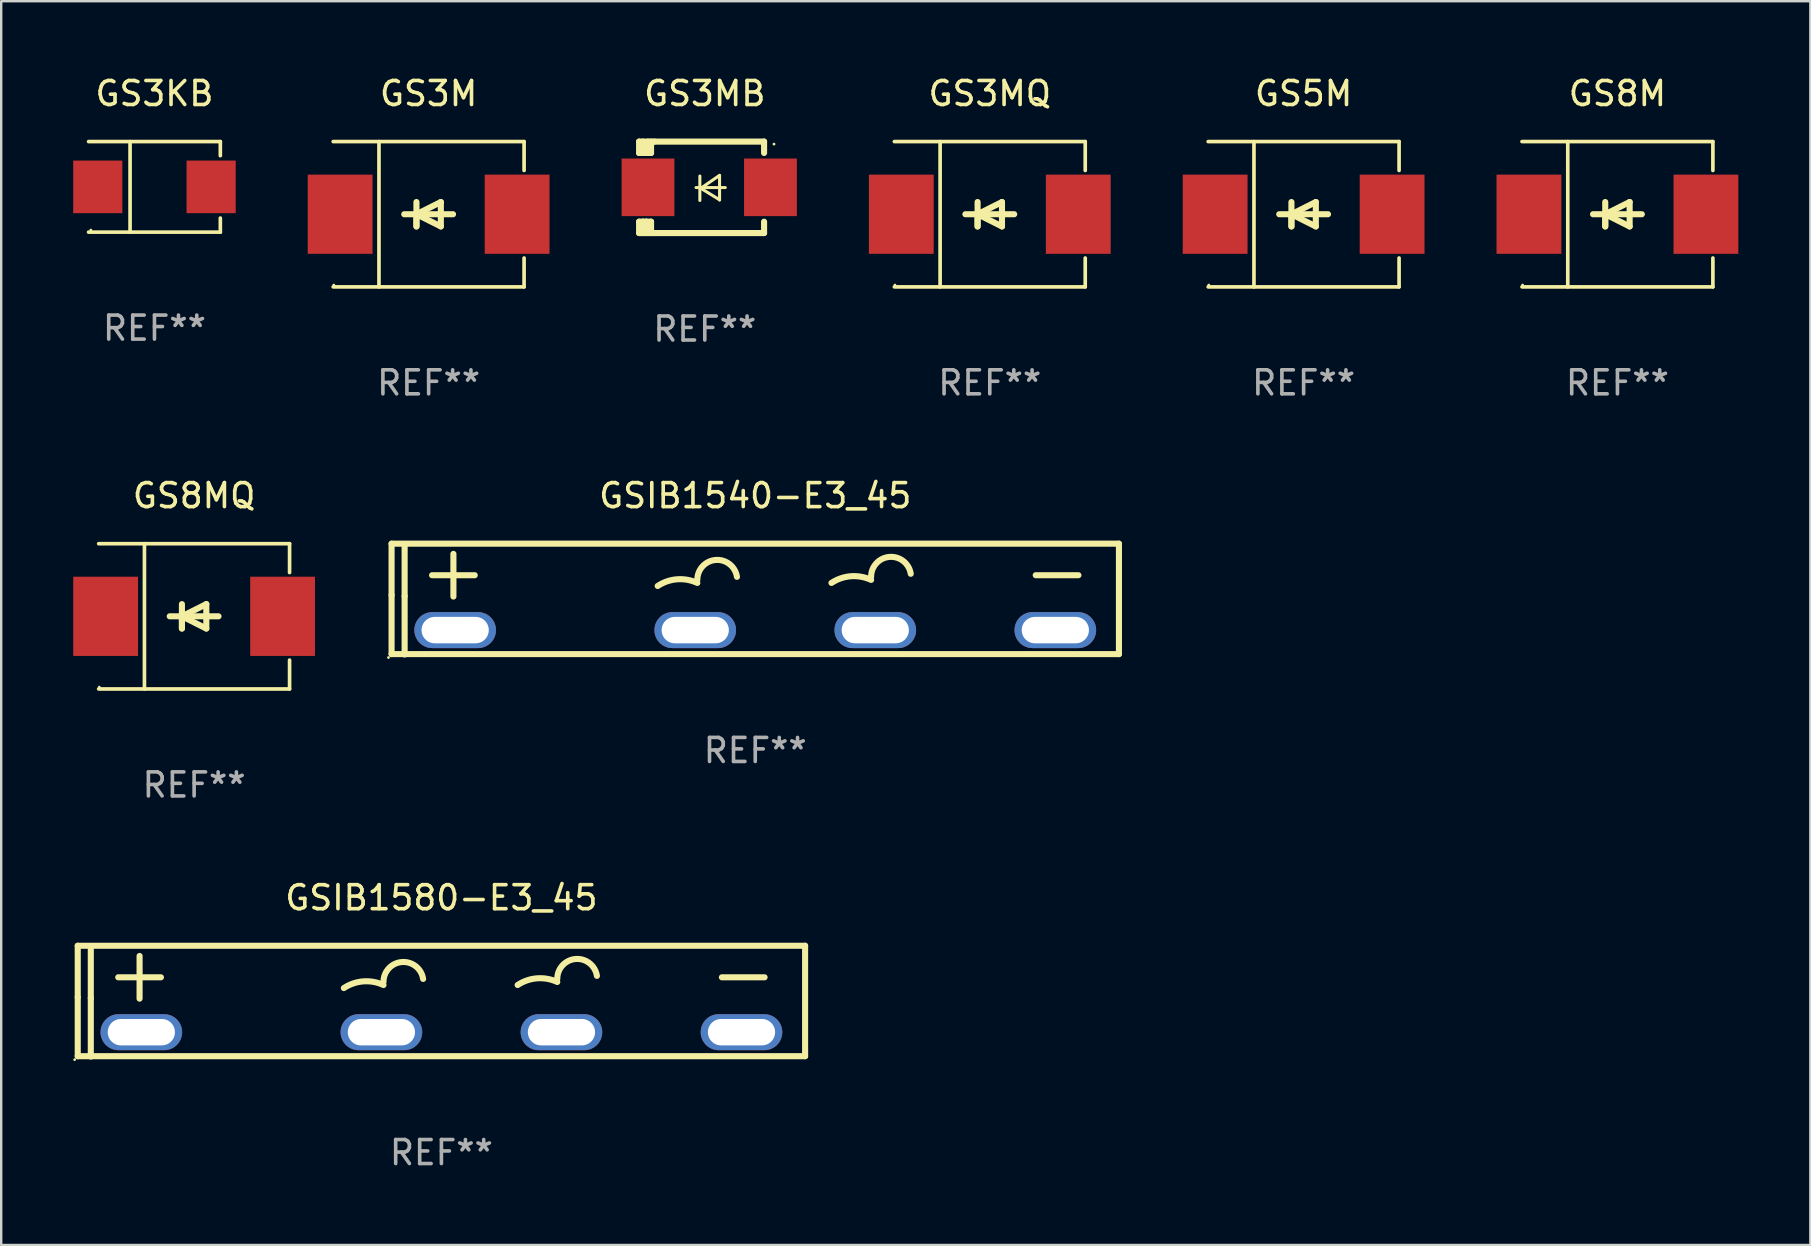
<source format=kicad_pcb>
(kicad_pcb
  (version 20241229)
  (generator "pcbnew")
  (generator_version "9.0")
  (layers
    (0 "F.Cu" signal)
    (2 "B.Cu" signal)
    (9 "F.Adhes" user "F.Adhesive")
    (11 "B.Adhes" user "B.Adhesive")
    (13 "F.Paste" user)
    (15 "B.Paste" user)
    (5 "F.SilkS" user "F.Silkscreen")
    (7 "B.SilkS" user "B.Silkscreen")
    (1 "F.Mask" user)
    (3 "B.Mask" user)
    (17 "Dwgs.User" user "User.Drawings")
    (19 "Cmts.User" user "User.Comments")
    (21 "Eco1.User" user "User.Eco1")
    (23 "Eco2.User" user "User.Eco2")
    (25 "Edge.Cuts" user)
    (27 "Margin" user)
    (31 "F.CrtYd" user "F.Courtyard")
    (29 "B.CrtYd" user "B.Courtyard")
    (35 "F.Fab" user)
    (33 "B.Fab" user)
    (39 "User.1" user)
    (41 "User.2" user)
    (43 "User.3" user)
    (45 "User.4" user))
  (footprint "GS5M"
    (layer "F.Cu")
    (at 51.253 5.874)
    (property "Reference" "GS5M" (at 0 -5.026 0) (layer "F.SilkS") (effects (font (size 1 1) (thickness 0.15))))
    (attr through_hole)
    (fp_line (start -3.976 -3.026) (end 3.976 -3.026) (stroke (width 0.152) (type solid)) (layer "F.SilkS"))
    (fp_line (start -3.976 3.026) (end 3.976 3.026) (stroke (width 0.152) (type solid)) (layer "F.SilkS"))
    (fp_line (start -2.069 -3.026) (end -2.069 3.026) (stroke (width 0.152) (type solid)) (layer "F.SilkS"))
    (fp_line (start -0.508 0) (end -0.508 0.508) (stroke (width 0.254) (type solid)) (layer "F.SilkS"))
    (fp_line (start -0.508 0) (end 0.508 0.508) (stroke (width 0.254) (type solid)) (layer "F.SilkS"))
    (fp_line (start -0.508 0.508) (end -0.508 -0.508) (stroke (width 0.254) (type solid)) (layer "F.SilkS"))
    (fp_line (start 0.508 -0.508) (end -0.508 0) (stroke (width 0.254) (type solid)) (layer "F.SilkS"))
    (fp_line (start 0.508 0.508) (end 0.508 -0.508) (stroke (width 0.254) (type solid)) (layer "F.SilkS"))
    (fp_line (start 1.016 0) (end -1.016 0) (stroke (width 0.254) (type solid)) (layer "F.SilkS"))
    (fp_line (start 3.976 -3.026) (end 3.976 -1.823) (stroke (width 0.152) (type solid)) (layer "F.SilkS"))
    (fp_line (start 3.976 3.026) (end 3.976 1.823) (stroke (width 0.152) (type solid)) (layer "F.SilkS"))
    (fp_circle (center -3.95 2.95) (end -3.92 2.95) (stroke (width 0.06) (type solid)) (fill no) (layer "F.SilkS"))
    (fp_text user "REF**" (at 0 7.026 0) (layer "F.Fab") (effects (font (size 1 1) (thickness 0.15))))
    (pad "1" smd rect (at -3.686 0) (size 2.7 3.3) (layers "F.Cu" "F.Mask" "F.Paste"))
    (pad "2" smd rect (at 3.686 0) (size 2.7 3.3) (layers "F.Cu" "F.Mask" "F.Paste")))
  (footprint "GS8M"
    (layer "F.Cu")
    (at 64.325 5.874)
    (property "Reference" "GS8M" (at 0 -5.026 0) (layer "F.SilkS") (effects (font (size 1 1) (thickness 0.15))))
    (attr through_hole)
    (fp_line (start -3.976 -3.026) (end 3.976 -3.026) (stroke (width 0.152) (type solid)) (layer "F.SilkS"))
    (fp_line (start -3.976 3.026) (end 3.976 3.026) (stroke (width 0.152) (type solid)) (layer "F.SilkS"))
    (fp_line (start -2.069 -3.026) (end -2.069 3.026) (stroke (width 0.152) (type solid)) (layer "F.SilkS"))
    (fp_line (start -0.508 0) (end -0.508 0.508) (stroke (width 0.254) (type solid)) (layer "F.SilkS"))
    (fp_line (start -0.508 0) (end 0.508 0.508) (stroke (width 0.254) (type solid)) (layer "F.SilkS"))
    (fp_line (start -0.508 0.508) (end -0.508 -0.508) (stroke (width 0.254) (type solid)) (layer "F.SilkS"))
    (fp_line (start 0.508 -0.508) (end -0.508 0) (stroke (width 0.254) (type solid)) (layer "F.SilkS"))
    (fp_line (start 0.508 0.508) (end 0.508 -0.508) (stroke (width 0.254) (type solid)) (layer "F.SilkS"))
    (fp_line (start 1.016 0) (end -1.016 0) (stroke (width 0.254) (type solid)) (layer "F.SilkS"))
    (fp_line (start 3.976 -3.026) (end 3.976 -1.823) (stroke (width 0.152) (type solid)) (layer "F.SilkS"))
    (fp_line (start 3.976 3.026) (end 3.976 1.823) (stroke (width 0.152) (type solid)) (layer "F.SilkS"))
    (fp_circle (center -3.95 2.95) (end -3.92 2.95) (stroke (width 0.06) (type solid)) (fill no) (layer "F.SilkS"))
    (fp_text user "REF**" (at 0 7.026 0) (layer "F.Fab") (effects (font (size 1 1) (thickness 0.15))))
    (pad "1" smd rect (at -3.686 0) (size 2.7 3.3) (layers "F.Cu" "F.Mask" "F.Paste"))
    (pad "2" smd rect (at 3.686 0) (size 2.7 3.3) (layers "F.Cu" "F.Mask" "F.Paste")))
  (footprint "GS3KB"
    (layer "F.Cu")
    (at 3.384 4.734)
    (property "Reference" "GS3KB" (at 0 -3.886 0) (layer "F.SilkS") (effects (font (size 1 1) (thickness 0.15))))
    (attr through_hole)
    (fp_line (start -2.744 -1.886) (end 2.744 -1.886) (stroke (width 0.152) (type solid)) (layer "F.SilkS"))
    (fp_line (start -2.744 1.886) (end 2.744 1.886) (stroke (width 0.152) (type solid)) (layer "F.SilkS"))
    (fp_line (start -1.016 -1.886) (end -1.016 1.886) (stroke (width 0.152) (type solid)) (layer "F.SilkS"))
    (fp_line (start 2.744 -1.886) (end 2.744 -1.299) (stroke (width 0.152) (type solid)) (layer "F.SilkS"))
    (fp_line (start 2.744 1.886) (end 2.744 1.299) (stroke (width 0.152) (type solid)) (layer "F.SilkS"))
    (fp_circle (center -2.65 1.8) (end -2.62 1.8) (stroke (width 0.06) (type solid)) (fill no) (layer "F.SilkS"))
    (fp_text user "REF**" (at 0 5.886 0) (layer "F.Fab") (effects (font (size 1 1) (thickness 0.15))))
    (pad "1" smd rect (at -2.361 0) (size 2.047 2.192) (layers "F.Cu" "F.Mask" "F.Paste"))
    (pad "2" smd rect (at 2.361 0) (size 2.047 2.192) (layers "F.Cu" "F.Mask" "F.Paste")))
  (footprint "GS8MQ"
    (layer "F.Cu")
    (at 5.036 22.623)
    (property "Reference" "GS8MQ" (at 0 -5.026 0) (layer "F.SilkS") (effects (font (size 1 1) (thickness 0.15))))
    (attr through_hole)
    (fp_line (start -3.976 -3.026) (end 3.976 -3.026) (stroke (width 0.152) (type solid)) (layer "F.SilkS"))
    (fp_line (start -3.976 3.026) (end 3.976 3.026) (stroke (width 0.152) (type solid)) (layer "F.SilkS"))
    (fp_line (start -2.069 -3.026) (end -2.069 3.026) (stroke (width 0.152) (type solid)) (layer "F.SilkS"))
    (fp_line (start -0.508 0) (end -0.508 0.508) (stroke (width 0.254) (type solid)) (layer "F.SilkS"))
    (fp_line (start -0.508 0) (end 0.508 0.508) (stroke (width 0.254) (type solid)) (layer "F.SilkS"))
    (fp_line (start -0.508 0.508) (end -0.508 -0.508) (stroke (width 0.254) (type solid)) (layer "F.SilkS"))
    (fp_line (start 0.508 -0.508) (end -0.508 0) (stroke (width 0.254) (type solid)) (layer "F.SilkS"))
    (fp_line (start 0.508 0.508) (end 0.508 -0.508) (stroke (width 0.254) (type solid)) (layer "F.SilkS"))
    (fp_line (start 1.016 0) (end -1.016 0) (stroke (width 0.254) (type solid)) (layer "F.SilkS"))
    (fp_line (start 3.976 -3.026) (end 3.976 -1.823) (stroke (width 0.152) (type solid)) (layer "F.SilkS"))
    (fp_line (start 3.976 3.026) (end 3.976 1.823) (stroke (width 0.152) (type solid)) (layer "F.SilkS"))
    (fp_circle (center -3.95 2.95) (end -3.92 2.95) (stroke (width 0.06) (type solid)) (fill no) (layer "F.SilkS"))
    (fp_text user "REF**" (at 0 7.026 0) (layer "F.Fab") (effects (font (size 1 1) (thickness 0.15))))
    (pad "1" smd rect (at -3.686 0) (size 2.7 3.3) (layers "F.Cu" "F.Mask" "F.Paste"))
    (pad "2" smd rect (at 3.686 0) (size 2.7 3.3) (layers "F.Cu" "F.Mask" "F.Paste")))
  (footprint "GS3MB"
    (layer "F.Cu")
    (at 26.308 4.753)
    (property "Reference" "GS3MB" (at 0 -3.905 0) (layer "F.SilkS") (effects (font (size 1 1) (thickness 0.15))))
    (attr through_hole)
    (fp_line (start -2.736 -1.905) (end -2.736 -1.431) (stroke (width 0.254) (type solid)) (layer "F.SilkS"))
    (fp_line (start -2.736 -1.431) (end -2.432 -1.431) (stroke (width 0.254) (type solid)) (layer "F.SilkS"))
    (fp_line (start -2.736 1.431) (end -2.736 1.905) (stroke (width 0.254) (type solid)) (layer "F.SilkS"))
    (fp_line (start -2.736 1.431) (end -2.572 1.431) (stroke (width 0.254) (type solid)) (layer "F.SilkS"))
    (fp_line (start -2.736 1.905) (end -2.102 1.905) (stroke (width 0.254) (type solid)) (layer "F.SilkS"))
    (fp_line (start -2.572 -1.905) (end -2.572 -1.431) (stroke (width 0.254) (type solid)) (layer "F.SilkS"))
    (fp_line (start -2.572 1.431) (end -2.572 1.905) (stroke (width 0.254) (type solid)) (layer "F.SilkS"))
    (fp_line (start -2.432 -1.838) (end -2.365 -1.905) (stroke (width 0.254) (type solid)) (layer "F.SilkS"))
    (fp_line (start -2.432 -1.431) (end -2.432 -1.838) (stroke (width 0.254) (type solid)) (layer "F.SilkS"))
    (fp_line (start -2.432 1.431) (end -2.572 1.431) (stroke (width 0.254) (type solid)) (layer "F.SilkS"))
    (fp_line (start -2.432 1.905) (end -2.432 1.431) (stroke (width 0.254) (type solid)) (layer "F.SilkS"))
    (fp_line (start -2.238 -1.431) (end -2.572 -1.431) (stroke (width 0.254) (type solid)) (layer "F.SilkS"))
    (fp_line (start -2.238 -1.431) (end -2.238 -1.905) (stroke (width 0.254) (type solid)) (layer "F.SilkS"))
    (fp_line (start -2.238 1.431) (end -2.432 1.431) (stroke (width 0.254) (type solid)) (layer "F.SilkS"))
    (fp_line (start -2.238 1.905) (end -2.238 1.431) (stroke (width 0.254) (type solid)) (layer "F.SilkS"))
    (fp_line (start -2.102 -1.905) (end -2.736 -1.905) (stroke (width 0.254) (type solid)) (layer "F.SilkS"))
    (fp_line (start -2.102 -1.905) (end 2.47 -1.905) (stroke (width 0.254) (type solid)) (layer "F.SilkS"))
    (fp_line (start -0.364 0.01) (end 0.854 0.01) (stroke (width 0.127) (type solid)) (layer "F.SilkS"))
    (fp_line (start -0.205 -0.47) (end -0.205 0.546) (stroke (width 0.127) (type solid)) (layer "F.SilkS"))
    (fp_line (start -0.166 0.04) (end 0.616 0.52) (stroke (width 0.127) (type solid)) (layer "F.SilkS"))
    (fp_line (start 0.616 -0.5) (end -0.166 0.04) (stroke (width 0.127) (type solid)) (layer "F.SilkS"))
    (fp_line (start 0.616 0.53) (end 0.616 -0.486) (stroke (width 0.127) (type solid)) (layer "F.SilkS"))
    (fp_line (start 2.47 -1.905) (end 2.47 -1.431) (stroke (width 0.254) (type solid)) (layer "F.SilkS"))
    (fp_line (start 2.47 1.431) (end 2.47 1.905) (stroke (width 0.254) (type solid)) (layer "F.SilkS"))
    (fp_line (start 2.47 1.905) (end -2.102 1.905) (stroke (width 0.254) (type solid)) (layer "F.SilkS"))
    (fp_circle (center 2.884 -1.8) (end 2.914 -1.8) (stroke (width 0.06) (type solid)) (fill no) (layer "F.SilkS"))
    (fp_text user "REF**" (at 0 5.905 0) (layer "F.Fab") (effects (font (size 1 1) (thickness 0.15))))
    (pad "1" smd rect (at 2.736 0) (size 2.2 2.4) (layers "F.Cu" "F.Mask" "F.Paste"))
    (pad "2" smd rect (at -2.366 0) (size 2.2 2.4) (layers "F.Cu" "F.Mask" "F.Paste")))
  (footprint "GS3M"
    (layer "F.Cu")
    (at 14.805 5.874)
    (property "Reference" "GS3M" (at 0 -5.026 0) (layer "F.SilkS") (effects (font (size 1 1) (thickness 0.15))))
    (attr through_hole)
    (fp_line (start -3.976 -3.026) (end 3.976 -3.026) (stroke (width 0.152) (type solid)) (layer "F.SilkS"))
    (fp_line (start -3.976 3.026) (end 3.976 3.026) (stroke (width 0.152) (type solid)) (layer "F.SilkS"))
    (fp_line (start -2.069 -3.026) (end -2.069 3.026) (stroke (width 0.152) (type solid)) (layer "F.SilkS"))
    (fp_line (start -0.508 0) (end -0.508 0.508) (stroke (width 0.254) (type solid)) (layer "F.SilkS"))
    (fp_line (start -0.508 0) (end 0.508 0.508) (stroke (width 0.254) (type solid)) (layer "F.SilkS"))
    (fp_line (start -0.508 0.508) (end -0.508 -0.508) (stroke (width 0.254) (type solid)) (layer "F.SilkS"))
    (fp_line (start 0.508 -0.508) (end -0.508 0) (stroke (width 0.254) (type solid)) (layer "F.SilkS"))
    (fp_line (start 0.508 0.508) (end 0.508 -0.508) (stroke (width 0.254) (type solid)) (layer "F.SilkS"))
    (fp_line (start 1.016 0) (end -1.016 0) (stroke (width 0.254) (type solid)) (layer "F.SilkS"))
    (fp_line (start 3.976 -3.026) (end 3.976 -1.823) (stroke (width 0.152) (type solid)) (layer "F.SilkS"))
    (fp_line (start 3.976 3.026) (end 3.976 1.823) (stroke (width 0.152) (type solid)) (layer "F.SilkS"))
    (fp_circle (center -3.95 2.95) (end -3.92 2.95) (stroke (width 0.06) (type solid)) (fill no) (layer "F.SilkS"))
    (fp_text user "REF**" (at 0 7.026 0) (layer "F.Fab") (effects (font (size 1 1) (thickness 0.15))))
    (pad "1" smd rect (at -3.686 0) (size 2.7 3.3) (layers "F.Cu" "F.Mask" "F.Paste"))
    (pad "2" smd rect (at 3.686 0) (size 2.7 3.3) (layers "F.Cu" "F.Mask" "F.Paste")))
  (footprint "GS3MQ"
    (layer "F.Cu")
    (at 38.18 5.874)
    (property "Reference" "GS3MQ" (at 0 -5.026 0) (layer "F.SilkS") (effects (font (size 1 1) (thickness 0.15))))
    (attr through_hole)
    (fp_line (start -3.976 -3.026) (end 3.976 -3.026) (stroke (width 0.152) (type solid)) (layer "F.SilkS"))
    (fp_line (start -3.976 3.026) (end 3.976 3.026) (stroke (width 0.152) (type solid)) (layer "F.SilkS"))
    (fp_line (start -2.069 -3.026) (end -2.069 3.026) (stroke (width 0.152) (type solid)) (layer "F.SilkS"))
    (fp_line (start -0.508 0) (end -0.508 0.508) (stroke (width 0.254) (type solid)) (layer "F.SilkS"))
    (fp_line (start -0.508 0) (end 0.508 0.508) (stroke (width 0.254) (type solid)) (layer "F.SilkS"))
    (fp_line (start -0.508 0.508) (end -0.508 -0.508) (stroke (width 0.254) (type solid)) (layer "F.SilkS"))
    (fp_line (start 0.508 -0.508) (end -0.508 0) (stroke (width 0.254) (type solid)) (layer "F.SilkS"))
    (fp_line (start 0.508 0.508) (end 0.508 -0.508) (stroke (width 0.254) (type solid)) (layer "F.SilkS"))
    (fp_line (start 1.016 0) (end -1.016 0) (stroke (width 0.254) (type solid)) (layer "F.SilkS"))
    (fp_line (start 3.976 -3.026) (end 3.976 -1.823) (stroke (width 0.152) (type solid)) (layer "F.SilkS"))
    (fp_line (start 3.976 3.026) (end 3.976 1.823) (stroke (width 0.152) (type solid)) (layer "F.SilkS"))
    (fp_circle (center -3.95 2.95) (end -3.92 2.95) (stroke (width 0.06) (type solid)) (fill no) (layer "F.SilkS"))
    (fp_text user "REF**" (at 0 7.026 0) (layer "F.Fab") (effects (font (size 1 1) (thickness 0.15))))
    (pad "1" smd rect (at -3.686 0) (size 2.7 3.3) (layers "F.Cu" "F.Mask" "F.Paste"))
    (pad "2" smd rect (at 3.686 0) (size 2.7 3.3) (layers "F.Cu" "F.Mask" "F.Paste")))
  (footprint "GSIB1580-E3_45"
    (layer "F.Cu")
    (at 15.337 38.654)
    (property "Reference" "GSIB1580-E3_45" (at 0 -4.308 0) (layer "F.SilkS") (effects (font (size 1 1) (thickness 0.15))))
    (attr through_hole)
    (fp_line (start -15.15 -2.308) (end 15.15 -2.308) (stroke (width 0.254) (type solid)) (layer "F.SilkS"))
    (fp_line (start -15.149 -0.166) (end -15.149 -2.307) (stroke (width 0.254) (type solid)) (layer "F.SilkS"))
    (fp_line (start -15.149 2.293) (end -15.149 -0.166) (stroke (width 0.254) (type solid)) (layer "F.SilkS"))
    (fp_line (start -14.605 -0.121) (end -14.605 -2.292) (stroke (width 0.254) (type solid)) (layer "F.SilkS"))
    (fp_line (start -14.605 2.308) (end -14.605 -0.121) (stroke (width 0.254) (type solid)) (layer "F.SilkS"))
    (fp_line (start -13.462 -0.994) (end -11.684 -0.994) (stroke (width 0.254) (type solid)) (layer "F.SilkS"))
    (fp_line (start -12.573 -1.883) (end -12.573 -0.105) (stroke (width 0.254) (type solid)) (layer "F.SilkS"))
    (fp_line (start 11.684 -0.994) (end 13.462 -0.994) (stroke (width 0.254) (type solid)) (layer "F.SilkS"))
    (fp_line (start 15.15 -2.308) (end 15.15 2.292) (stroke (width 0.254) (type solid)) (layer "F.SilkS"))
    (fp_line (start 15.15 2.292) (end -15.15 2.292) (stroke (width 0.254) (type solid)) (layer "F.SilkS"))
    (fp_arc (start -4.063716 -0.54558) (mid -3.254762 -0.824195) (end -2.412713 -0.67258) (stroke (width 0.254001) (type solid)) (layer "F.SilkS"))
    (fp_arc (start -2.412713 -0.79958) (mid -1.646176 -1.629622) (end -0.761709 -0.926581) (stroke (width 0.254001) (type solid)) (layer "F.SilkS"))
    (fp_arc (start 3.175298 -0.672581) (mid 3.984253 -0.951195) (end 4.826302 -0.799581) (stroke (width 0.254001) (type solid)) (layer "F.SilkS"))
    (fp_arc (start 4.826301 -0.926582) (mid 5.592839 -1.756623) (end 6.477305 -1.053581) (stroke (width 0.254001) (type solid)) (layer "F.SilkS"))
    (fp_circle (center -15.277 2.435) (end -15.247 2.435) (stroke (width 0.06) (type solid)) (fill no) (layer "F.SilkS"))
    (fp_text user "REF**" (at 0 6.308 0) (layer "F.Fab") (effects (font (size 1 1) (thickness 0.15))))
    (pad "1" thru_hole oval (at -12.5 1.292 90) (size 1.5 3.4) (drill oval 1.1 2.8) (layers "*.Cu" "*.Mask"))
    (pad "2" thru_hole oval (at -2.5 1.292 90) (size 1.5 3.4) (drill oval 1.1 2.8) (layers "*.Cu" "*.Mask"))
    (pad "3" thru_hole oval (at 5 1.292 90) (size 1.5 3.4) (drill oval 1.1 2.8) (layers "*.Cu" "*.Mask"))
    (pad "4" thru_hole oval (at 12.5 1.292 90) (size 1.5 3.4) (drill oval 1.1 2.8) (layers "*.Cu" "*.Mask")))
  (footprint "GSIB1540-E3_45"
    (layer "F.Cu")
    (at 28.41 21.905)
    (property "Reference" "GSIB1540-E3_45" (at 0 -4.308 0) (layer "F.SilkS") (effects (font (size 1 1) (thickness 0.15))))
    (attr through_hole)
    (fp_line (start -15.15 -2.308) (end 15.15 -2.308) (stroke (width 0.254) (type solid)) (layer "F.SilkS"))
    (fp_line (start -15.149 -0.166) (end -15.149 -2.307) (stroke (width 0.254) (type solid)) (layer "F.SilkS"))
    (fp_line (start -15.149 2.293) (end -15.149 -0.166) (stroke (width 0.254) (type solid)) (layer "F.SilkS"))
    (fp_line (start -14.605 -0.121) (end -14.605 -2.292) (stroke (width 0.254) (type solid)) (layer "F.SilkS"))
    (fp_line (start -14.605 2.308) (end -14.605 -0.121) (stroke (width 0.254) (type solid)) (layer "F.SilkS"))
    (fp_line (start -13.462 -0.994) (end -11.684 -0.994) (stroke (width 0.254) (type solid)) (layer "F.SilkS"))
    (fp_line (start -12.573 -1.883) (end -12.573 -0.105) (stroke (width 0.254) (type solid)) (layer "F.SilkS"))
    (fp_line (start 11.684 -0.994) (end 13.462 -0.994) (stroke (width 0.254) (type solid)) (layer "F.SilkS"))
    (fp_line (start 15.15 -2.308) (end 15.15 2.292) (stroke (width 0.254) (type solid)) (layer "F.SilkS"))
    (fp_line (start 15.15 2.292) (end -15.15 2.292) (stroke (width 0.254) (type solid)) (layer "F.SilkS"))
    (fp_arc (start -4.063716 -0.54558) (mid -3.254762 -0.824195) (end -2.412713 -0.67258) (stroke (width 0.254001) (type solid)) (layer "F.SilkS"))
    (fp_arc (start -2.412713 -0.79958) (mid -1.646176 -1.629622) (end -0.761709 -0.926581) (stroke (width 0.254001) (type solid)) (layer "F.SilkS"))
    (fp_arc (start 3.175298 -0.672581) (mid 3.984253 -0.951195) (end 4.826302 -0.799581) (stroke (width 0.254001) (type solid)) (layer "F.SilkS"))
    (fp_arc (start 4.826301 -0.926582) (mid 5.592839 -1.756623) (end 6.477305 -1.053581) (stroke (width 0.254001) (type solid)) (layer "F.SilkS"))
    (fp_circle (center -15.277 2.435) (end -15.247 2.435) (stroke (width 0.06) (type solid)) (fill no) (layer "F.SilkS"))
    (fp_text user "REF**" (at 0 6.308 0) (layer "F.Fab") (effects (font (size 1 1) (thickness 0.15))))
    (pad "1" thru_hole oval (at -12.5 1.292 90) (size 1.5 3.4) (drill oval 1.1 2.8) (layers "*.Cu" "*.Mask"))
    (pad "2" thru_hole oval (at -2.5 1.292 90) (size 1.5 3.4) (drill oval 1.1 2.8) (layers "*.Cu" "*.Mask"))
    (pad "3" thru_hole oval (at 5 1.292 90) (size 1.5 3.4) (drill oval 1.1 2.8) (layers "*.Cu" "*.Mask"))
    (pad "4" thru_hole oval (at 12.5 1.292 90) (size 1.5 3.4) (drill oval 1.1 2.8) (layers "*.Cu" "*.Mask")))
  (gr_rect
    (start -3 -3)
    (end 72.361 48.81)
    (stroke (width 0.1) (type default))
    (fill no)
    (layer "Edge.Cuts")))
</source>
